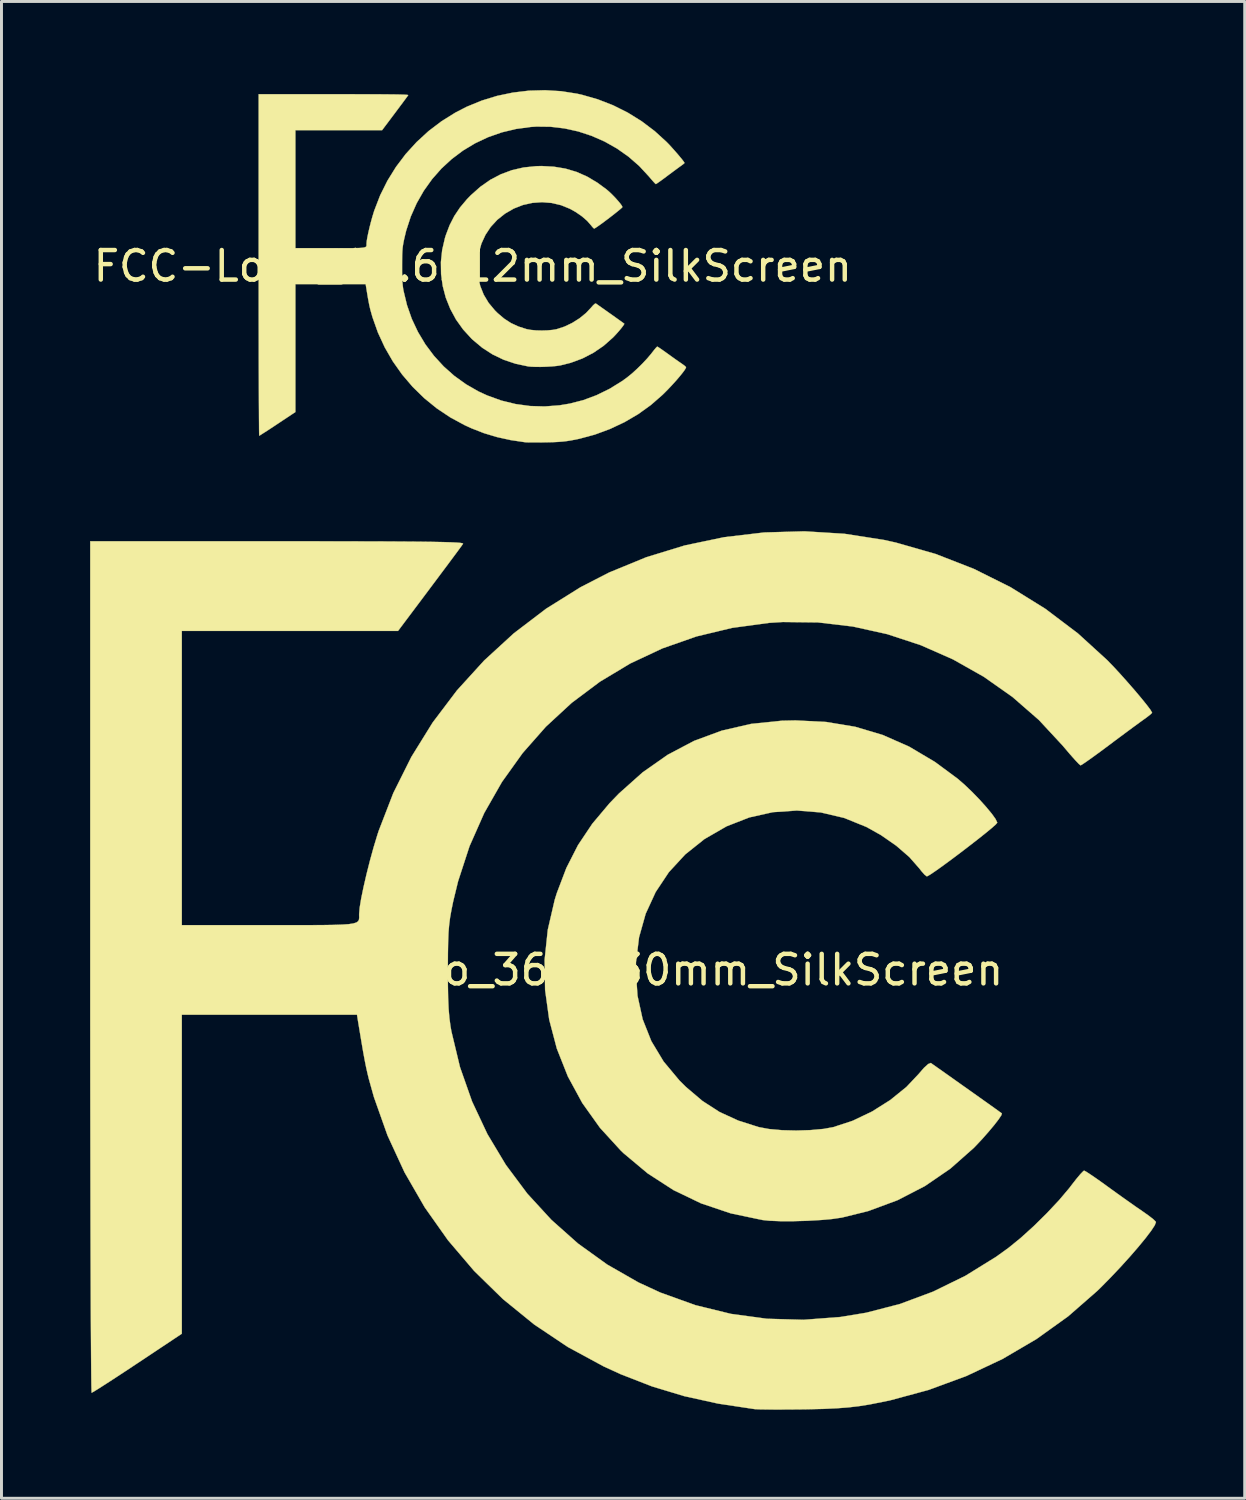
<source format=kicad_pcb>
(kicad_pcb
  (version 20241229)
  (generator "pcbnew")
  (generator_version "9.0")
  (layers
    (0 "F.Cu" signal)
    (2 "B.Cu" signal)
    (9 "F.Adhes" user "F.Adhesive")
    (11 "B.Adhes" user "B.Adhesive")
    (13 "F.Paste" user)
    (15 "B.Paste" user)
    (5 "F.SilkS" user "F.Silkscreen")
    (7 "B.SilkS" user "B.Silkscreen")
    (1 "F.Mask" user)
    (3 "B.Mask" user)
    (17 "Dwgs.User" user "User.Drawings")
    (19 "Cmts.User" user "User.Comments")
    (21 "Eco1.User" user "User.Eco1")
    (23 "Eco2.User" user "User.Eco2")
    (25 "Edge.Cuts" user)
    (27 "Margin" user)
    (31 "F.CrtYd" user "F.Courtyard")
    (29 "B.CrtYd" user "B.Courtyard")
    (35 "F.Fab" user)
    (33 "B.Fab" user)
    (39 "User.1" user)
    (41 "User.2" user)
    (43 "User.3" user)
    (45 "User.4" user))
  (footprint "FCC-Logo_14.6x12mm_SilkScreen"
    (layer "F.Cu")
    (at 12.958 5.961)
    (property "Reference" "FCC-Logo_14.6x12mm_SilkScreen" (at 0 0 0) (layer "F.SilkS") (effects (font (size 1 1) (thickness 0.15))))
    (attr board_only exclude_from_pos_files exclude_from_bom allow_missing_courtyard)
    (fp_poly (pts (xy 2.745 -3.367) (xy 3.137 -3.302) (xy 3.511 -3.191) (xy 3.87 -3.033) (xy 4.22 -2.825) (xy 4.529 -2.597) (xy 4.624 -2.515) (xy 4.725 -2.418) (xy 4.825 -2.315) (xy 4.916 -2.213) (xy 4.992 -2.122) (xy 5.045 -2.049) (xy 5.067 -2.002) (xy 5.067 -1.999) (xy 5.047 -1.975) (xy 4.991 -1.926) (xy 4.907 -1.857) (xy 4.803 -1.774) (xy 4.685 -1.682) (xy 4.562 -1.588) (xy 4.44 -1.496) (xy 4.327 -1.413) (xy 4.23 -1.345) (xy 4.157 -1.296) (xy 4.116 -1.272) (xy 4.111 -1.271) (xy 4.083 -1.291) (xy 4.038 -1.341) (xy 4.008 -1.379) (xy 3.872 -1.534) (xy 3.695 -1.687) (xy 3.489 -1.83) (xy 3.291 -1.941) (xy 2.988 -2.064) (xy 2.671 -2.139) (xy 2.346 -2.165) (xy 2.02 -2.142) (xy 1.7 -2.071) (xy 1.393 -1.951) (xy 1.39 -1.95) (xy 1.091 -1.777) (xy 0.83 -1.569) (xy 0.608 -1.328) (xy 0.429 -1.058) (xy 0.293 -0.763) (xy 0.203 -0.445) (xy 0.162 -0.107) (xy 0.159 0.008) (xy 0.182 0.351) (xy 0.252 0.669) (xy 0.37 0.966) (xy 0.536 1.243) (xy 0.752 1.502) (xy 0.841 1.59) (xy 1.064 1.779) (xy 1.296 1.929) (xy 1.55 2.046) (xy 1.829 2.135) (xy 1.969 2.16) (xy 2.144 2.176) (xy 2.337 2.181) (xy 2.531 2.175) (xy 2.708 2.159) (xy 2.841 2.135) (xy 3.105 2.048) (xy 3.367 1.923) (xy 3.614 1.767) (xy 3.834 1.588) (xy 3.998 1.414) (xy 4.072 1.33) (xy 4.129 1.278) (xy 4.164 1.263) (xy 4.166 1.264) (xy 4.193 1.283) (xy 4.255 1.327) (xy 4.345 1.391) (xy 4.455 1.468) (xy 4.577 1.555) (xy 4.704 1.644) (xy 4.827 1.732) (xy 4.938 1.811) (xy 5.031 1.877) (xy 5.097 1.925) (xy 5.129 1.948) (xy 5.13 1.949) (xy 5.122 1.974) (xy 5.085 2.029) (xy 5.025 2.107) (xy 4.949 2.198) (xy 4.864 2.294) (xy 4.776 2.388) (xy 4.746 2.419) (xy 4.431 2.697) (xy 4.085 2.934) (xy 3.712 3.127) (xy 3.314 3.274) (xy 2.957 3.363) (xy 2.828 3.381) (xy 2.666 3.396) (xy 2.484 3.406) (xy 2.298 3.412) (xy 2.123 3.411) (xy 1.973 3.405) (xy 1.879 3.396) (xy 1.449 3.305) (xy 1.046 3.17) (xy 0.671 2.99) (xy 0.32 2.763) (xy -0.007 2.489) (xy -0.044 2.454) (xy -0.327 2.144) (xy -0.568 1.807) (xy -0.763 1.446) (xy -0.914 1.068) (xy -1.017 0.675) (xy -1.073 0.272) (xy -1.079 -0.136) (xy -1.036 -0.546) (xy -0.942 -0.953) (xy -0.914 -1.044) (xy -0.784 -1.386) (xy -0.626 -1.695) (xy -0.432 -1.985) (xy -0.197 -2.265) (xy -0.07 -2.396) (xy 0.253 -2.684) (xy 0.592 -2.922) (xy 0.95 -3.11) (xy 1.327 -3.25) (xy 1.724 -3.341) (xy 2.145 -3.384) (xy 2.328 -3.389) (xy 2.745 -3.367)) (stroke (width 0.01) (type solid)) (fill yes) (layer "F.SilkS"))
    (fp_poly (pts (xy 2.993 -5.923) (xy 3.528 -5.839) (xy 3.691 -5.803) (xy 4.229 -5.649) (xy 4.749 -5.447) (xy 5.247 -5.198) (xy 5.719 -4.905) (xy 6.162 -4.57) (xy 6.561 -4.206) (xy 6.646 -4.119) (xy 6.741 -4.015) (xy 6.84 -3.904) (xy 6.937 -3.793) (xy 7.024 -3.689) (xy 7.097 -3.6) (xy 7.147 -3.533) (xy 7.169 -3.496) (xy 7.17 -3.493) (xy 7.149 -3.471) (xy 7.098 -3.431) (xy 7.057 -3.401) (xy 6.998 -3.359) (xy 6.907 -3.292) (xy 6.793 -3.208) (xy 6.666 -3.114) (xy 6.582 -3.051) (xy 6.462 -2.961) (xy 6.356 -2.884) (xy 6.272 -2.825) (xy 6.217 -2.788) (xy 6.199 -2.778) (xy 6.175 -2.797) (xy 6.125 -2.85) (xy 6.055 -2.929) (xy 5.973 -3.025) (xy 5.957 -3.044) (xy 5.633 -3.393) (xy 5.274 -3.706) (xy 4.883 -3.982) (xy 4.467 -4.217) (xy 4.028 -4.41) (xy 3.573 -4.56) (xy 3.106 -4.663) (xy 2.632 -4.719) (xy 2.155 -4.725) (xy 1.97 -4.713) (xy 1.466 -4.645) (xy 0.982 -4.529) (xy 0.52 -4.367) (xy 0.082 -4.161) (xy -0.329 -3.914) (xy -0.711 -3.627) (xy -1.062 -3.304) (xy -1.378 -2.945) (xy -1.658 -2.553) (xy -1.899 -2.131) (xy -2.099 -1.68) (xy -2.255 -1.203) (xy -2.321 -0.928) (xy -2.345 -0.811) (xy -2.363 -0.709) (xy -2.376 -0.611) (xy -2.384 -0.505) (xy -2.39 -0.381) (xy -2.392 -0.227) (xy -2.393 -0.032) (xy -2.393 -0.013) (xy -2.393 0.206) (xy -2.389 0.383) (xy -2.383 0.527) (xy -2.372 0.65) (xy -2.358 0.762) (xy -2.345 0.833) (xy -2.228 1.319) (xy -2.065 1.786) (xy -1.856 2.229) (xy -1.606 2.647) (xy -1.315 3.036) (xy -0.987 3.394) (xy -0.625 3.716) (xy -0.23 4) (xy 0.195 4.244) (xy 0.494 4.381) (xy 0.967 4.552) (xy 1.45 4.67) (xy 1.94 4.737) (xy 2.436 4.751) (xy 2.937 4.713) (xy 3.285 4.655) (xy 3.744 4.537) (xy 4.196 4.368) (xy 4.635 4.153) (xy 5.053 3.894) (xy 5.221 3.773) (xy 5.385 3.64) (xy 5.562 3.479) (xy 5.741 3.303) (xy 5.906 3.127) (xy 6.044 2.964) (xy 6.073 2.925) (xy 6.141 2.839) (xy 6.198 2.771) (xy 6.236 2.732) (xy 6.247 2.725) (xy 6.275 2.74) (xy 6.338 2.781) (xy 6.426 2.842) (xy 6.532 2.917) (xy 6.568 2.943) (xy 6.697 3.036) (xy 6.828 3.13) (xy 6.947 3.214) (xy 7.04 3.278) (xy 7.045 3.281) (xy 7.127 3.339) (xy 7.189 3.388) (xy 7.221 3.42) (xy 7.222 3.424) (xy 7.205 3.468) (xy 7.156 3.543) (xy 7.08 3.643) (xy 6.982 3.762) (xy 6.867 3.895) (xy 6.741 4.034) (xy 6.608 4.175) (xy 6.474 4.31) (xy 6.426 4.357) (xy 6.031 4.702) (xy 5.6 5.012) (xy 5.137 5.283) (xy 4.647 5.514) (xy 4.136 5.703) (xy 3.606 5.846) (xy 3.334 5.9) (xy 3.19 5.923) (xy 3.046 5.94) (xy 2.889 5.952) (xy 2.707 5.961) (xy 2.487 5.966) (xy 2.434 5.967) (xy 2.26 5.968) (xy 2.098 5.969) (xy 1.959 5.969) (xy 1.851 5.967) (xy 1.783 5.964) (xy 1.773 5.963) (xy 1.277 5.889) (xy 0.816 5.787) (xy 0.38 5.656) (xy -0.045 5.49) (xy -0.278 5.383) (xy -0.764 5.12) (xy -1.22 4.815) (xy -1.645 4.469) (xy -2.036 4.087) (xy -2.391 3.671) (xy -2.707 3.224) (xy -2.981 2.749) (xy -3.212 2.248) (xy -3.397 1.726) (xy -3.466 1.482) (xy -3.485 1.403) (xy -3.504 1.321) (xy -3.522 1.226) (xy -3.544 1.111) (xy -3.569 0.965) (xy -3.599 0.779) (xy -3.613 0.695) (xy -3.627 0.609) (xy -6.006 0.609) (xy -6.006 4.94) (xy -6.609 5.341) (xy -6.767 5.446) (xy -6.912 5.541) (xy -7.036 5.621) (xy -7.135 5.684) (xy -7.201 5.726) (xy -7.23 5.741) (xy -7.23 5.741) (xy -7.232 5.715) (xy -7.234 5.639) (xy -7.236 5.514) (xy -7.237 5.344) (xy -7.239 5.13) (xy -7.24 4.875) (xy -7.242 4.582) (xy -7.243 4.253) (xy -7.244 3.889) (xy -7.246 3.495) (xy -7.247 3.072) (xy -7.247 2.622) (xy -7.248 2.147) (xy -7.249 1.652) (xy -7.249 1.136) (xy -7.249 0.604) (xy -7.25 0.057) (xy -7.25 -0.04) (xy -7.25 -5.821) (xy -4.708 -5.821) (xy -4.27 -5.821) (xy -3.883 -5.82) (xy -3.543 -5.82) (xy -3.248 -5.819) (xy -2.996 -5.817) (xy -2.783 -5.815) (xy -2.607 -5.813) (xy -2.466 -5.81) (xy -2.357 -5.807) (xy -2.277 -5.803) (xy -2.224 -5.799) (xy -2.194 -5.794) (xy -2.186 -5.788) (xy -2.186 -5.788) (xy -2.207 -5.759) (xy -2.255 -5.693) (xy -2.326 -5.597) (xy -2.416 -5.476) (xy -2.521 -5.336) (xy -2.635 -5.183) (xy -2.638 -5.179) (xy -3.07 -4.604) (xy -6.006 -4.604) (xy -6.006 -0.609) (xy -4.818 -0.609) (xy -4.532 -0.608) (xy -4.295 -0.609) (xy -4.101 -0.609) (xy -3.947 -0.611) (xy -3.828 -0.615) (xy -3.739 -0.622) (xy -3.677 -0.631) (xy -3.636 -0.644) (xy -3.612 -0.661) (xy -3.601 -0.682) (xy -3.597 -0.709) (xy -3.598 -0.741) (xy -3.598 -0.76) (xy -3.591 -0.845) (xy -3.57 -0.971) (xy -3.538 -1.126) (xy -3.498 -1.3) (xy -3.452 -1.483) (xy -3.402 -1.664) (xy -3.351 -1.832) (xy -3.333 -1.887) (xy -3.134 -2.402) (xy -2.889 -2.893) (xy -2.6 -3.359) (xy -2.27 -3.796) (xy -1.901 -4.201) (xy -1.497 -4.572) (xy -1.059 -4.905) (xy -0.591 -5.197) (xy -0.203 -5.397) (xy 0.301 -5.604) (xy 0.823 -5.764) (xy 1.359 -5.876) (xy 1.903 -5.941) (xy 2.449 -5.956) (xy 2.993 -5.923)) (stroke (width 0.01) (type solid)) (fill yes) (layer "F.SilkS")))
  (footprint "FCC-Logo_36.3x30mm_SilkScreen"
    (layer "F.Cu")
    (at 18.082 29.792)
    (property "Reference" "FCC-Logo_36.3x30mm_SilkScreen" (at 0 0 0) (layer "F.SilkS") (effects (font (size 1 1) (thickness 0.15))))
    (attr board_only exclude_from_pos_files exclude_from_bom allow_missing_courtyard)
    (fp_poly (pts (xy 6.844 -8.396) (xy 7.823 -8.234) (xy 8.754 -7.957) (xy 9.65 -7.562) (xy 10.524 -7.044) (xy 11.294 -6.475) (xy 11.529 -6.271) (xy 11.781 -6.03) (xy 12.031 -5.773) (xy 12.259 -5.519) (xy 12.448 -5.291) (xy 12.579 -5.108) (xy 12.634 -4.992) (xy 12.634 -4.985) (xy 12.584 -4.925) (xy 12.445 -4.802) (xy 12.236 -4.63) (xy 11.976 -4.423) (xy 11.682 -4.195) (xy 11.374 -3.959) (xy 11.07 -3.731) (xy 10.789 -3.524) (xy 10.548 -3.353) (xy 10.366 -3.23) (xy 10.263 -3.172) (xy 10.25 -3.168) (xy 10.181 -3.218) (xy 10.069 -3.344) (xy 9.995 -3.439) (xy 9.656 -3.824) (xy 9.215 -4.206) (xy 8.7 -4.564) (xy 8.206 -4.841) (xy 7.451 -5.147) (xy 6.66 -5.333) (xy 5.85 -5.398) (xy 5.037 -5.342) (xy 4.24 -5.164) (xy 3.474 -4.865) (xy 3.467 -4.862) (xy 2.72 -4.431) (xy 2.069 -3.911) (xy 1.516 -3.311) (xy 1.069 -2.639) (xy 0.73 -1.902) (xy 0.507 -1.109) (xy 0.403 -0.268) (xy 0.396 0.02) (xy 0.454 0.874) (xy 0.628 1.669) (xy 0.922 2.41) (xy 1.337 3.1) (xy 1.876 3.746) (xy 2.096 3.964) (xy 2.654 4.437) (xy 3.232 4.81) (xy 3.866 5.101) (xy 4.56 5.322) (xy 4.91 5.387) (xy 5.347 5.426) (xy 5.827 5.438) (xy 6.31 5.423) (xy 6.752 5.383) (xy 7.085 5.322) (xy 7.742 5.106) (xy 8.395 4.794) (xy 9.012 4.405) (xy 9.56 3.961) (xy 9.97 3.527) (xy 10.154 3.315) (xy 10.296 3.186) (xy 10.382 3.15) (xy 10.387 3.152) (xy 10.454 3.199) (xy 10.61 3.309) (xy 10.835 3.467) (xy 11.109 3.661) (xy 11.413 3.877) (xy 11.728 4.1) (xy 12.035 4.318) (xy 12.314 4.516) (xy 12.545 4.681) (xy 12.71 4.8) (xy 12.79 4.857) (xy 12.792 4.859) (xy 12.773 4.921) (xy 12.68 5.06) (xy 12.531 5.253) (xy 12.341 5.48) (xy 12.129 5.721) (xy 11.909 5.955) (xy 11.835 6.031) (xy 11.049 6.726) (xy 10.187 7.317) (xy 9.255 7.798) (xy 8.264 8.165) (xy 7.373 8.385) (xy 7.053 8.432) (xy 6.648 8.468) (xy 6.195 8.494) (xy 5.731 8.507) (xy 5.293 8.507) (xy 4.919 8.492) (xy 4.684 8.467) (xy 3.612 8.242) (xy 2.609 7.905) (xy 1.673 7.455) (xy 0.798 6.889) (xy -0.017 6.207) (xy -0.109 6.119) (xy -0.816 5.346) (xy -1.416 4.505) (xy -1.904 3.607) (xy -2.278 2.663) (xy -2.536 1.683) (xy -2.675 0.679) (xy -2.692 -0.34) (xy -2.584 -1.361) (xy -2.349 -2.376) (xy -2.278 -2.604) (xy -1.954 -3.455) (xy -1.56 -4.228) (xy -1.078 -4.949) (xy -0.491 -5.647) (xy -0.174 -5.975) (xy 0.631 -6.693) (xy 1.477 -7.286) (xy 2.368 -7.756) (xy 3.308 -8.103) (xy 4.3 -8.331) (xy 5.348 -8.439) (xy 5.806 -8.449) (xy 6.844 -8.396)) (stroke (width 0.01) (type solid)) (fill yes) (layer "F.SilkS"))
    (fp_poly (pts (xy 7.463 -14.768) (xy 8.798 -14.56) (xy 9.203 -14.47) (xy 10.544 -14.086) (xy 11.84 -13.581) (xy 13.083 -12.961) (xy 14.261 -12.23) (xy 15.366 -11.395) (xy 16.359 -10.489) (xy 16.571 -10.27) (xy 16.809 -10.012) (xy 17.056 -9.735) (xy 17.297 -9.458) (xy 17.516 -9.198) (xy 17.696 -8.975) (xy 17.821 -8.809) (xy 17.876 -8.716) (xy 17.878 -8.709) (xy 17.827 -8.656) (xy 17.7 -8.556) (xy 17.597 -8.482) (xy 17.45 -8.376) (xy 17.222 -8.209) (xy 16.938 -7.999) (xy 16.623 -7.765) (xy 16.413 -7.607) (xy 16.113 -7.384) (xy 15.849 -7.192) (xy 15.639 -7.043) (xy 15.502 -6.951) (xy 15.456 -6.927) (xy 15.397 -6.975) (xy 15.272 -7.107) (xy 15.099 -7.302) (xy 14.894 -7.543) (xy 14.854 -7.591) (xy 14.047 -8.461) (xy 13.151 -9.242) (xy 12.177 -9.928) (xy 11.137 -10.515) (xy 10.044 -10.997) (xy 8.91 -11.37) (xy 7.745 -11.628) (xy 6.563 -11.767) (xy 5.375 -11.781) (xy 4.911 -11.752) (xy 3.656 -11.582) (xy 2.449 -11.292) (xy 1.297 -10.888) (xy 0.205 -10.375) (xy -0.82 -9.759) (xy -1.773 -9.045) (xy -2.647 -8.238) (xy -3.436 -7.343) (xy -4.135 -6.367) (xy -4.736 -5.314) (xy -5.234 -4.19) (xy -5.622 -3) (xy -5.789 -2.313) (xy -5.848 -2.022) (xy -5.893 -1.769) (xy -5.924 -1.524) (xy -5.946 -1.26) (xy -5.958 -0.95) (xy -5.965 -0.566) (xy -5.968 -0.079) (xy -5.968 -0.033) (xy -5.966 0.514) (xy -5.958 0.954) (xy -5.942 1.315) (xy -5.916 1.621) (xy -5.879 1.899) (xy -5.848 2.078) (xy -5.557 3.29) (xy -5.148 4.453) (xy -4.628 5.559) (xy -4.003 6.601) (xy -3.279 7.572) (xy -2.462 8.462) (xy -1.558 9.266) (xy -0.573 9.975) (xy 0.486 10.581) (xy 1.231 10.925) (xy 2.412 11.35) (xy 3.615 11.645) (xy 4.838 11.811) (xy 6.075 11.846) (xy 7.322 11.751) (xy 8.192 11.608) (xy 9.336 11.312) (xy 10.464 10.892) (xy 11.557 10.356) (xy 12.599 9.711) (xy 13.019 9.408) (xy 13.427 9.076) (xy 13.87 8.675) (xy 14.314 8.237) (xy 14.726 7.798) (xy 15.071 7.39) (xy 15.144 7.294) (xy 15.312 7.078) (xy 15.454 6.909) (xy 15.55 6.811) (xy 15.576 6.795) (xy 15.647 6.832) (xy 15.803 6.934) (xy 16.023 7.085) (xy 16.287 7.273) (xy 16.378 7.34) (xy 16.698 7.571) (xy 17.025 7.804) (xy 17.323 8.014) (xy 17.555 8.173) (xy 17.566 8.181) (xy 17.771 8.326) (xy 17.927 8.449) (xy 18.004 8.527) (xy 18.009 8.538) (xy 17.967 8.647) (xy 17.844 8.834) (xy 17.654 9.084) (xy 17.409 9.382) (xy 17.123 9.712) (xy 16.808 10.06) (xy 16.477 10.41) (xy 16.144 10.748) (xy 16.024 10.865) (xy 15.039 11.726) (xy 13.964 12.497) (xy 12.81 13.174) (xy 11.588 13.75) (xy 10.312 14.22) (xy 8.992 14.577) (xy 8.313 14.713) (xy 7.954 14.77) (xy 7.595 14.812) (xy 7.204 14.842) (xy 6.749 14.863) (xy 6.2 14.876) (xy 6.07 14.878) (xy 5.635 14.882) (xy 5.232 14.884) (xy 4.884 14.883) (xy 4.614 14.879) (xy 4.447 14.872) (xy 4.42 14.87) (xy 3.184 14.684) (xy 2.036 14.431) (xy 0.947 14.102) (xy -0.112 13.69) (xy -0.693 13.424) (xy -1.904 12.768) (xy -3.043 12.006) (xy -4.103 11.144) (xy -5.078 10.191) (xy -5.962 9.154) (xy -6.75 8.039) (xy -7.434 6.854) (xy -8.01 5.606) (xy -8.472 4.303) (xy -8.642 3.695) (xy -8.69 3.498) (xy -8.736 3.293) (xy -8.783 3.058) (xy -8.836 2.77) (xy -8.898 2.406) (xy -8.975 1.943) (xy -9.01 1.732) (xy -9.044 1.517) (xy -14.976 1.517) (xy -14.976 12.317) (xy -16.478 13.317) (xy -16.874 13.579) (xy -17.235 13.816) (xy -17.545 14.017) (xy -17.79 14.174) (xy -17.956 14.277) (xy -18.028 14.316) (xy -18.029 14.316) (xy -18.033 14.251) (xy -18.038 14.06) (xy -18.042 13.749) (xy -18.046 13.325) (xy -18.05 12.792) (xy -18.054 12.156) (xy -18.058 11.425) (xy -18.061 10.604) (xy -18.064 9.698) (xy -18.067 8.715) (xy -18.069 7.659) (xy -18.071 6.537) (xy -18.073 5.355) (xy -18.075 4.118) (xy -18.076 2.833) (xy -18.077 1.506) (xy -18.077 0.143) (xy -18.077 -0.099) (xy -18.077 -14.514) (xy -11.739 -14.514) (xy -10.648 -14.514) (xy -9.682 -14.513) (xy -8.834 -14.511) (xy -8.099 -14.509) (xy -7.47 -14.505) (xy -6.939 -14.501) (xy -6.501 -14.495) (xy -6.15 -14.488) (xy -5.877 -14.48) (xy -5.678 -14.471) (xy -5.545 -14.46) (xy -5.471 -14.447) (xy -5.451 -14.433) (xy -5.452 -14.432) (xy -5.503 -14.359) (xy -5.623 -14.195) (xy -5.801 -13.955) (xy -6.025 -13.654) (xy -6.286 -13.305) (xy -6.572 -12.923) (xy -6.578 -12.914) (xy -7.655 -11.479) (xy -14.976 -11.479) (xy -14.976 -1.517) (xy -12.014 -1.517) (xy -11.301 -1.517) (xy -10.709 -1.517) (xy -10.226 -1.519) (xy -9.842 -1.525) (xy -9.544 -1.535) (xy -9.324 -1.55) (xy -9.168 -1.574) (xy -9.065 -1.606) (xy -9.006 -1.648) (xy -8.978 -1.701) (xy -8.97 -1.768) (xy -8.972 -1.848) (xy -8.972 -1.894) (xy -8.954 -2.107) (xy -8.902 -2.421) (xy -8.822 -2.808) (xy -8.722 -3.242) (xy -8.607 -3.697) (xy -8.483 -4.148) (xy -8.356 -4.567) (xy -8.311 -4.706) (xy -7.815 -5.989) (xy -7.203 -7.214) (xy -6.483 -8.376) (xy -5.659 -9.466) (xy -4.74 -10.476) (xy -3.732 -11.4) (xy -2.641 -12.231) (xy -1.474 -12.96) (xy -0.505 -13.458) (xy 0.75 -13.974) (xy 2.052 -14.373) (xy 3.388 -14.653) (xy 4.744 -14.813) (xy 6.107 -14.852) (xy 7.463 -14.768)) (stroke (width 0.01) (type solid)) (fill yes) (layer "F.SilkS")))
  (gr_rect
    (start -3 -3)
    (end 39.096 47.681)
    (stroke (width 0.1) (type default))
    (fill no)
    (layer "Edge.Cuts")))
</source>
